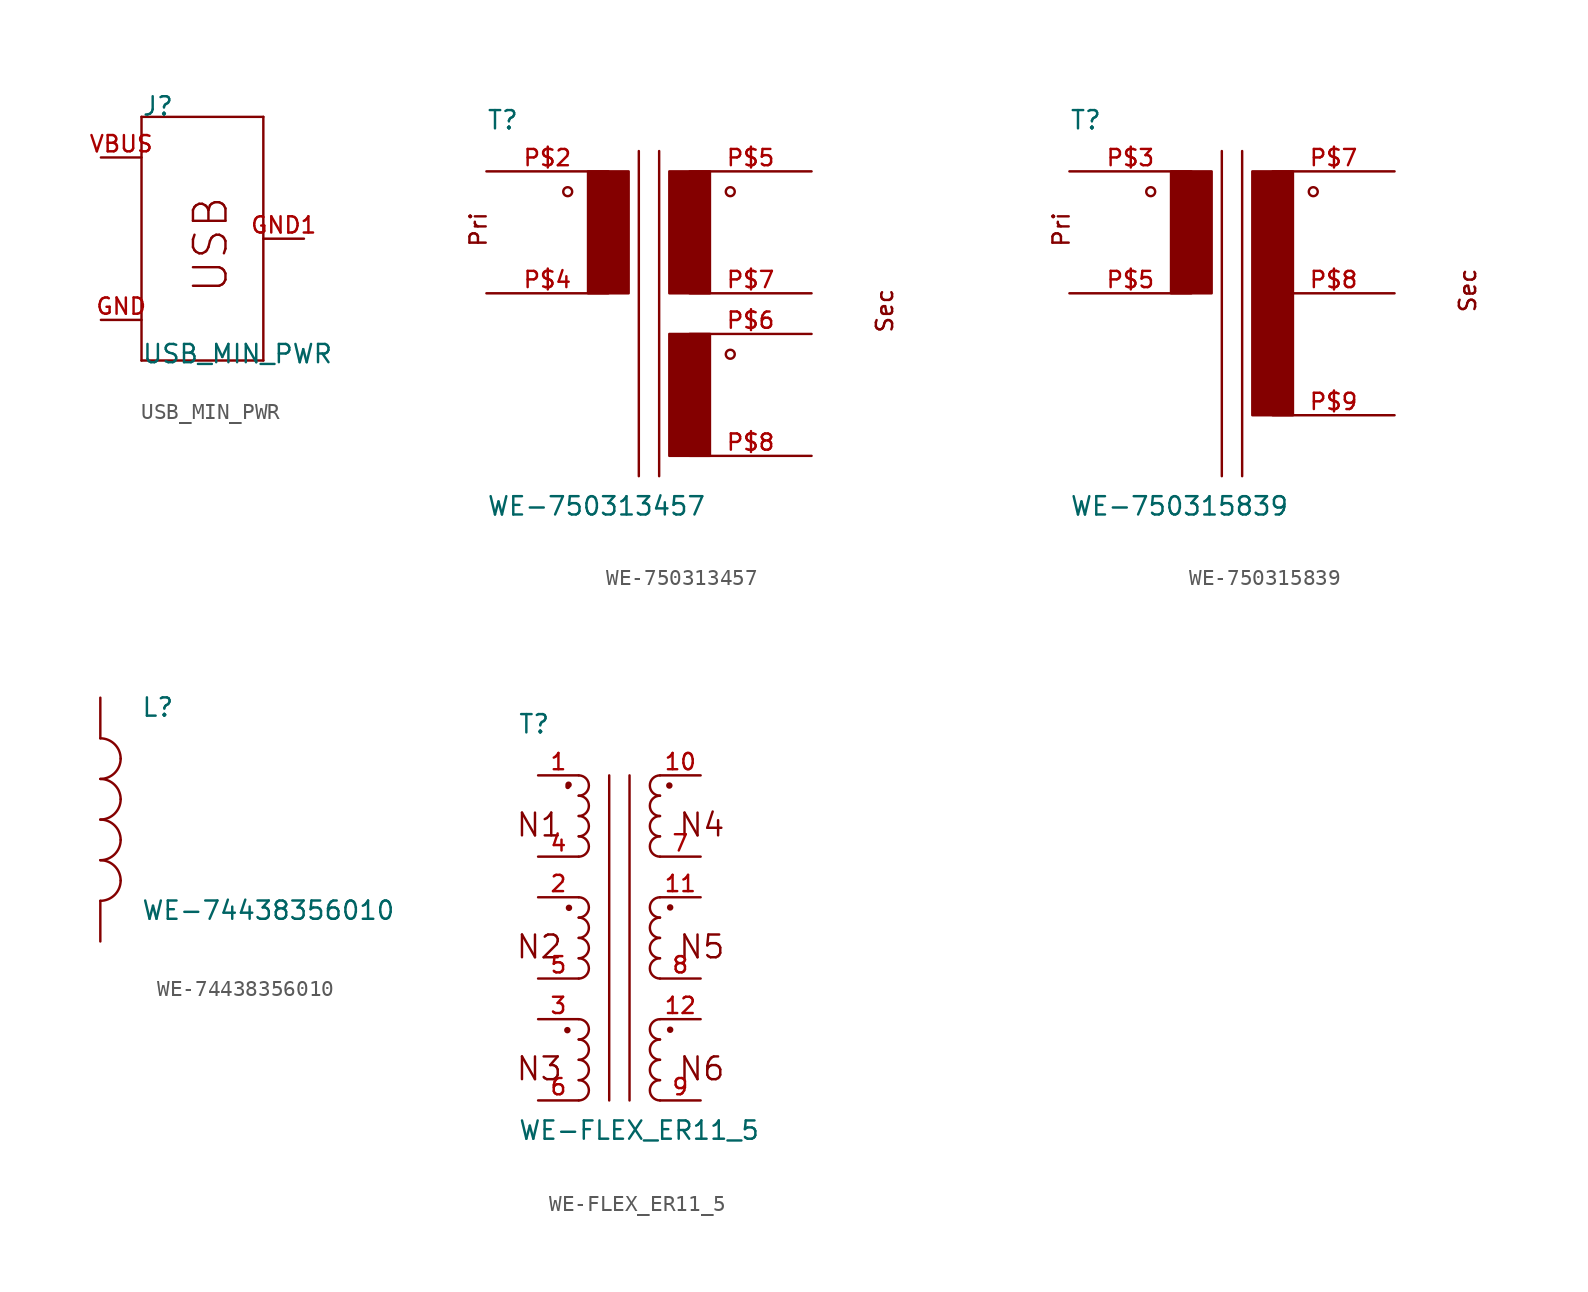
<source format=kicad_sym>
(kicad_symbol_lib
  (version 20241209)
  (generator "kicad_symbol_editor")
  (generator_version "9.0")
  (symbol "USB_MIN_PWR"
    (pin_names
      (offset 1.016)
      (hide yes))
    (property "Reference" "J"
      (at -2.54 7.62 0)
      (effects (font (size 1.143 1.143)) (justify left bottom)))
    (property "Value" "USB_MIN_PWR"
      (at -2.54 -7.874 0)
      (effects (font (size 1.143 1.143)) (justify left bottom)))
    (property "ki_locked" ""
      (at 0 0 0)
      (effects (font (size 1.27 1.27))))
    (symbol "USB_MIN_PWR_1_0"
      (polyline (pts (xy -2.54 7.62) (xy -2.54 -7.62)) (stroke (width 0) (type solid)) (fill (type none)))
      (polyline (pts (xy -2.54 -7.62) (xy 5.08 -7.62)) (stroke (width 0) (type solid)) (fill (type none)))
      (polyline (pts (xy 5.08 7.62) (xy -2.54 7.62)) (stroke (width 0) (type solid)) (fill (type none)))
      (polyline (pts (xy 5.08 7.62) (xy 5.08 -7.62)) (stroke (width 0) (type solid)) (fill (type none)))
      (text "USB" (at 1.778 -0.381 900) (effects (font (size 2.032 2.032)))))
    (symbol "USB_MIN_PWR_1_1"
      (pin power_in line (at -5.08 5.08 0) (length 2.54) (name "VBUS" (effects (font (size 1.016 1.016)))) (number "VBUS" (effects (font (size 1.016 1.016)))))
      (pin power_in line (at -5.08 -5.08 0) (length 2.54) (name "GND" (effects (font (size 1.016 1.016)))) (number "GND" (effects (font (size 1.016 1.016)))))
      (pin bidirectional line (at 7.62 0 180) (length 2.54) (name "SHIELD" (effects (font (size 1.016 1.016)))) (number "GND1" (effects (font (size 1.016 1.016)))))
      (pin bidirectional line (at 7.62 0 180) (length 2.54) (hide yes) (name "SHIELD" (effects (font (size 1.016 1.016)))) (number "GND4" (effects (font (size 1.016 1.016)))))))
  (symbol "WE-750313457"
    (pin_names
      (offset 1.016)
      (hide yes))
    (property "Reference" "T"
      (at -10.16 10.16 0)
      (effects (font (size 1.143 1.143)) (justify left bottom)))
    (property "Value" "WE-750313457"
      (at -10.16 -13.97 0)
      (effects (font (size 1.143 1.143)) (justify left bottom)))
    (property "ki_locked" ""
      (at 0 0 0)
      (effects (font (size 1.27 1.27))))
    (symbol "WE-750313457_1_0"
      (polyline (pts (xy -0.635 8.89) (xy -0.635 -11.43)) (stroke (width 0) (type solid)) (fill (type none)))
      (polyline (pts (xy 0.635 8.89) (xy 0.635 -11.43)) (stroke (width 0) (type solid)) (fill (type none)))
      (text "Pri" (at -10.668 3.988 900) (effects (font (size 1.016 1.016))))
      (text "Sec" (at 14.732 -1.092 900) (effects (font (size 1.016 1.016)))))
    (symbol "WE-750313457_1_1"
      (circle (center -5.08 6.35) (radius 0.279) (stroke (width 0) (type solid)) (fill (type none)))
      (rectangle (start -3.81 0) (end -1.27 7.62) (stroke (width 0) (type solid)) (fill (type outline)))
      (rectangle (start 1.27 0) (end 3.81 7.62) (stroke (width 0) (type solid)) (fill (type outline)))
      (rectangle (start 1.27 -10.16) (end 3.81 -2.54) (stroke (width 0) (type solid)) (fill (type outline)))
      (circle (center 5.08 6.35) (radius 0.279) (stroke (width 0) (type solid)) (fill (type none)))
      (circle (center 5.08 -3.81) (radius 0.279) (stroke (width 0) (type solid)) (fill (type none)))
      (pin passive line (at -10.16 7.62 0) (length 7.62) (name "2" (effects (font (size 1.016 1.016)))) (number "P$2" (effects (font (size 1.016 1.016)))))
      (pin passive line (at -10.16 0 0) (length 7.62) (name "4" (effects (font (size 1.016 1.016)))) (number "P$4" (effects (font (size 1.016 1.016)))))
      (pin passive line (at 10.16 7.62 180) (length 7.62) (name "5" (effects (font (size 1.016 1.016)))) (number "P$5" (effects (font (size 1.016 1.016)))))
      (pin passive line (at 10.16 0 180) (length 7.62) (name "7" (effects (font (size 1.016 1.016)))) (number "P$7" (effects (font (size 1.016 1.016)))))
      (pin passive line (at 10.16 -2.54 180) (length 7.62) (name "6" (effects (font (size 1.016 1.016)))) (number "P$6" (effects (font (size 1.016 1.016)))))
      (pin passive line (at 10.16 -10.16 180) (length 7.62) (name "8" (effects (font (size 1.016 1.016)))) (number "P$8" (effects (font (size 1.016 1.016)))))))
  (symbol "WE-750315839"
    (pin_names
      (offset 1.016)
      (hide yes))
    (property "Reference" "T"
      (at -10.16 10.16 0)
      (effects (font (size 1.143 1.143)) (justify left bottom)))
    (property "Value" "WE-750315839"
      (at -10.16 -13.97 0)
      (effects (font (size 1.143 1.143)) (justify left bottom)))
    (property "ki_locked" ""
      (at 0 0 0)
      (effects (font (size 1.27 1.27))))
    (symbol "WE-750315839_1_0"
      (polyline (pts (xy -0.635 8.89) (xy -0.635 -11.43)) (stroke (width 0) (type solid)) (fill (type none)))
      (polyline (pts (xy 0.635 8.89) (xy 0.635 -11.43)) (stroke (width 0) (type solid)) (fill (type none)))
      (text "Pri" (at -10.668 3.988 900) (effects (font (size 1.016 1.016))))
      (text "Sec" (at 14.732 0.178 900) (effects (font (size 1.016 1.016)))))
    (symbol "WE-750315839_1_1"
      (circle (center -5.08 6.35) (radius 0.279) (stroke (width 0) (type solid)) (fill (type none)))
      (rectangle (start -3.81 0) (end -1.27 7.62) (stroke (width 0) (type solid)) (fill (type outline)))
      (rectangle (start 1.27 -7.62) (end 3.81 7.62) (stroke (width 0) (type solid)) (fill (type outline)))
      (circle (center 5.08 6.35) (radius 0.279) (stroke (width 0) (type solid)) (fill (type none)))
      (pin passive line (at -10.16 7.62 0) (length 7.62) (name "3" (effects (font (size 1.016 1.016)))) (number "P$3" (effects (font (size 1.016 1.016)))))
      (pin passive line (at -10.16 0 0) (length 7.62) (name "5" (effects (font (size 1.016 1.016)))) (number "P$5" (effects (font (size 1.016 1.016)))))
      (pin passive line (at 10.16 7.62 180) (length 7.62) (name "7" (effects (font (size 1.016 1.016)))) (number "P$7" (effects (font (size 1.016 1.016)))))
      (pin passive line (at 10.16 0 180) (length 7.62) (name "8" (effects (font (size 1.016 1.016)))) (number "P$8" (effects (font (size 1.016 1.016)))))
      (pin passive line (at 10.16 -7.62 180) (length 7.62) (name "9" (effects (font (size 1.016 1.016)))) (number "P$9" (effects (font (size 1.016 1.016)))))))
  (symbol "WE-74438356010"
    (pin_numbers
      (hide yes))
    (pin_names
      (offset 1.016)
      (hide yes))
    (property "Reference" "L"
      (at 2.54 6.35 0)
      (effects (font (size 1.143 1.143)) (justify left bottom)))
    (property "Value" "WE-74438356010"
      (at 2.54 -6.35 0)
      (effects (font (size 1.143 1.143)) (justify left bottom)))
    (property "ki_locked" ""
      (at 0 0 0)
      (effects (font (size 1.27 1.27))))
    (symbol "WE-74438356010_1_1"
      (arc (start 0 5.08) (mid 0.898 4.708) (end 1.27 3.81) (stroke (width 0) (type solid)) (fill (type none)))
      (arc (start 1.27 3.81) (mid 0.898 2.912) (end 0 2.54) (stroke (width 0) (type solid)) (fill (type none)))
      (arc (start 0 2.54) (mid 0.898 2.168) (end 1.27 1.27) (stroke (width 0) (type solid)) (fill (type none)))
      (arc (start 1.27 1.27) (mid 0.898 0.372) (end 0 0) (stroke (width 0) (type solid)) (fill (type none)))
      (arc (start 0 0) (mid 0.898 -0.372) (end 1.27 -1.27) (stroke (width 0) (type solid)) (fill (type none)))
      (arc (start 1.27 -1.27) (mid 0.898 -2.168) (end 0 -2.54) (stroke (width 0) (type solid)) (fill (type none)))
      (arc (start 0 -2.54) (mid 0.898 -2.912) (end 1.27 -3.81) (stroke (width 0) (type solid)) (fill (type none)))
      (arc (start 1.27 -3.81) (mid 0.898 -4.708) (end 0 -5.08) (stroke (width 0) (type solid)) (fill (type none)))
      (pin passive line (at 0 7.62 270) (length 2.54) (name "1" (effects (font (size 1.016 1.016)))) (number "1" (effects (font (size 1.016 1.016)))))
      (pin passive line (at 0 -7.62 90) (length 2.54) (name "2" (effects (font (size 1.016 1.016)))) (number "2" (effects (font (size 1.016 1.016)))))))
  (symbol "WE-FLEX_ER11_5"
    (pin_names
      (offset 1.016)
      (hide yes))
    (property "Reference" "T"
      (at -6.35 12.7 0)
      (effects (font (size 1.143 1.143)) (justify left bottom)))
    (property "Value" "WE-FLEX_ER11_5"
      (at -6.35 -12.7 0)
      (effects (font (size 1.143 1.143)) (justify left bottom)))
    (property "ki_locked" ""
      (at 0 0 0)
      (effects (font (size 1.27 1.27))))
    (symbol "WE-FLEX_ER11_5_1_0"
      (polyline (pts (xy -0.635 10.16) (xy -0.635 -10.16)) (stroke (width 0) (type solid)) (fill (type none)))
      (polyline (pts (xy 0.635 10.16) (xy 0.635 -10.16)) (stroke (width 0) (type solid)) (fill (type none)))
      (text "N1" (at -5.004 7.061 0) (effects (font (size 1.422 1.422))))
      (text "N2" (at -5.004 -0.559 0) (effects (font (size 1.422 1.422))))
      (text "N3" (at -5.004 -8.179 0) (effects (font (size 1.422 1.422))))
      (text "N4" (at 5.156 7.061 0) (effects (font (size 1.422 1.422))))
      (text "N5" (at 5.156 -0.559 0) (effects (font (size 1.422 1.422))))
      (text "N6" (at 5.156 -8.179 0) (effects (font (size 1.422 1.422)))))
    (symbol "WE-FLEX_ER11_5_1_1"
      (circle (center -3.251 -5.766) (radius 0.127) (stroke (width 0) (type solid)) (fill (type outline)))
      (circle (center -3.226 9.449) (radius 0.0001) (stroke (width 0) (type solid)) (fill (type none)))
      (circle (center -3.175 9.576) (radius 0.127) (stroke (width 0) (type solid)) (fill (type outline)))
      (circle (center -3.15 1.88) (radius 0.127) (stroke (width 0) (type solid)) (fill (type outline)))
      (arc (start -2.54 10.16) (mid -1.905 9.525) (end -2.54 8.89) (stroke (width 0) (type solid)) (fill (type none)))
      (arc (start -2.54 8.89) (mid -1.905 8.255) (end -2.54 7.62) (stroke (width 0) (type solid)) (fill (type none)))
      (arc (start -2.54 7.62) (mid -1.905 6.985) (end -2.54 6.35) (stroke (width 0) (type solid)) (fill (type none)))
      (arc (start -2.54 6.35) (mid -1.905 5.715) (end -2.54 5.08) (stroke (width 0) (type solid)) (fill (type none)))
      (arc (start -2.54 2.54) (mid -1.905 1.905) (end -2.54 1.27) (stroke (width 0) (type solid)) (fill (type none)))
      (arc (start -2.54 1.27) (mid -1.905 0.635) (end -2.54 0) (stroke (width 0) (type solid)) (fill (type none)))
      (arc (start -2.54 0) (mid -1.905 -0.635) (end -2.54 -1.27) (stroke (width 0) (type solid)) (fill (type none)))
      (arc (start -2.54 -1.27) (mid -1.905 -1.905) (end -2.54 -2.54) (stroke (width 0) (type solid)) (fill (type none)))
      (arc (start -2.54 -5.08) (mid -1.905 -5.715) (end -2.54 -6.35) (stroke (width 0) (type solid)) (fill (type none)))
      (arc (start -2.54 -6.35) (mid -1.905 -6.985) (end -2.54 -7.62) (stroke (width 0) (type solid)) (fill (type none)))
      (arc (start -2.54 -7.62) (mid -1.905 -8.255) (end -2.54 -8.89) (stroke (width 0) (type solid)) (fill (type none)))
      (arc (start -2.54 -8.89) (mid -1.905 -9.525) (end -2.54 -10.16) (stroke (width 0) (type solid)) (fill (type none)))
      (arc (start 2.54 8.89) (mid 1.905 9.525) (end 2.54 10.16) (stroke (width 0) (type solid)) (fill (type none)))
      (arc (start 2.54 7.62) (mid 1.905 8.255) (end 2.54 8.89) (stroke (width 0) (type solid)) (fill (type none)))
      (arc (start 2.54 6.35) (mid 1.905 6.985) (end 2.54 7.62) (stroke (width 0) (type solid)) (fill (type none)))
      (arc (start 2.54 5.08) (mid 1.905 5.715) (end 2.54 6.35) (stroke (width 0) (type solid)) (fill (type none)))
      (arc (start 2.54 1.27) (mid 1.905 1.905) (end 2.54 2.54) (stroke (width 0) (type solid)) (fill (type none)))
      (arc (start 2.54 0) (mid 1.905 0.635) (end 2.54 1.27) (stroke (width 0) (type solid)) (fill (type none)))
      (arc (start 2.54 -1.27) (mid 1.905 -0.635) (end 2.54 0) (stroke (width 0) (type solid)) (fill (type none)))
      (arc (start 2.54 -2.54) (mid 1.905 -1.905) (end 2.54 -1.27) (stroke (width 0) (type solid)) (fill (type none)))
      (arc (start 2.54 -6.35) (mid 1.905 -5.715) (end 2.54 -5.08) (stroke (width 0) (type solid)) (fill (type none)))
      (arc (start 2.54 -7.62) (mid 1.905 -6.985) (end 2.54 -6.35) (stroke (width 0) (type solid)) (fill (type none)))
      (arc (start 2.54 -8.89) (mid 1.905 -8.255) (end 2.54 -7.62) (stroke (width 0) (type solid)) (fill (type none)))
      (arc (start 2.54 -10.16) (mid 1.905 -9.525) (end 2.54 -8.89) (stroke (width 0) (type solid)) (fill (type none)))
      (circle (center 3.124 9.525) (radius 0.127) (stroke (width 0) (type solid)) (fill (type outline)))
      (circle (center 3.175 1.905) (radius 0.127) (stroke (width 0) (type solid)) (fill (type outline)))
      (circle (center 3.175 -5.74) (radius 0.127) (stroke (width 0) (type solid)) (fill (type outline)))
      (pin passive line (at -5.08 10.16 0) (length 2.54) (name "1" (effects (font (size 1.016 1.016)))) (number "1" (effects (font (size 1.016 1.016)))))
      (pin passive line (at -5.08 5.08 0) (length 2.54) (name "12" (effects (font (size 1.016 1.016)))) (number "4" (effects (font (size 1.016 1.016)))))
      (pin passive line (at -5.08 2.54 0) (length 2.54) (name "11" (effects (font (size 1.016 1.016)))) (number "2" (effects (font (size 1.016 1.016)))))
      (pin passive line (at -5.08 -2.54 0) (length 2.54) (name "10" (effects (font (size 1.016 1.016)))) (number "5" (effects (font (size 1.016 1.016)))))
      (pin passive line (at -5.08 -5.08 0) (length 2.54) (name "9" (effects (font (size 1.016 1.016)))) (number "3" (effects (font (size 1.016 1.016)))))
      (pin passive line (at -5.08 -10.16 0) (length 2.54) (name "8" (effects (font (size 1.016 1.016)))) (number "6" (effects (font (size 1.016 1.016)))))
      (pin passive line (at 5.08 10.16 180) (length 2.54) (name "2" (effects (font (size 1.016 1.016)))) (number "10" (effects (font (size 1.016 1.016)))))
      (pin passive line (at 5.08 5.08 180) (length 2.54) (name "3" (effects (font (size 1.016 1.016)))) (number "7" (effects (font (size 1.016 1.016)))))
      (pin passive line (at 5.08 2.54 180) (length 2.54) (name "4" (effects (font (size 1.016 1.016)))) (number "11" (effects (font (size 1.016 1.016)))))
      (pin passive line (at 5.08 -2.54 180) (length 2.54) (name "5" (effects (font (size 1.016 1.016)))) (number "8" (effects (font (size 1.016 1.016)))))
      (pin passive line (at 5.08 -5.08 180) (length 2.54) (name "6" (effects (font (size 1.016 1.016)))) (number "12" (effects (font (size 1.016 1.016)))))
      (pin passive line (at 5.08 -10.16 180) (length 2.54) (name "7" (effects (font (size 1.016 1.016)))) (number "9" (effects (font (size 1.016 1.016))))))))
</source>
